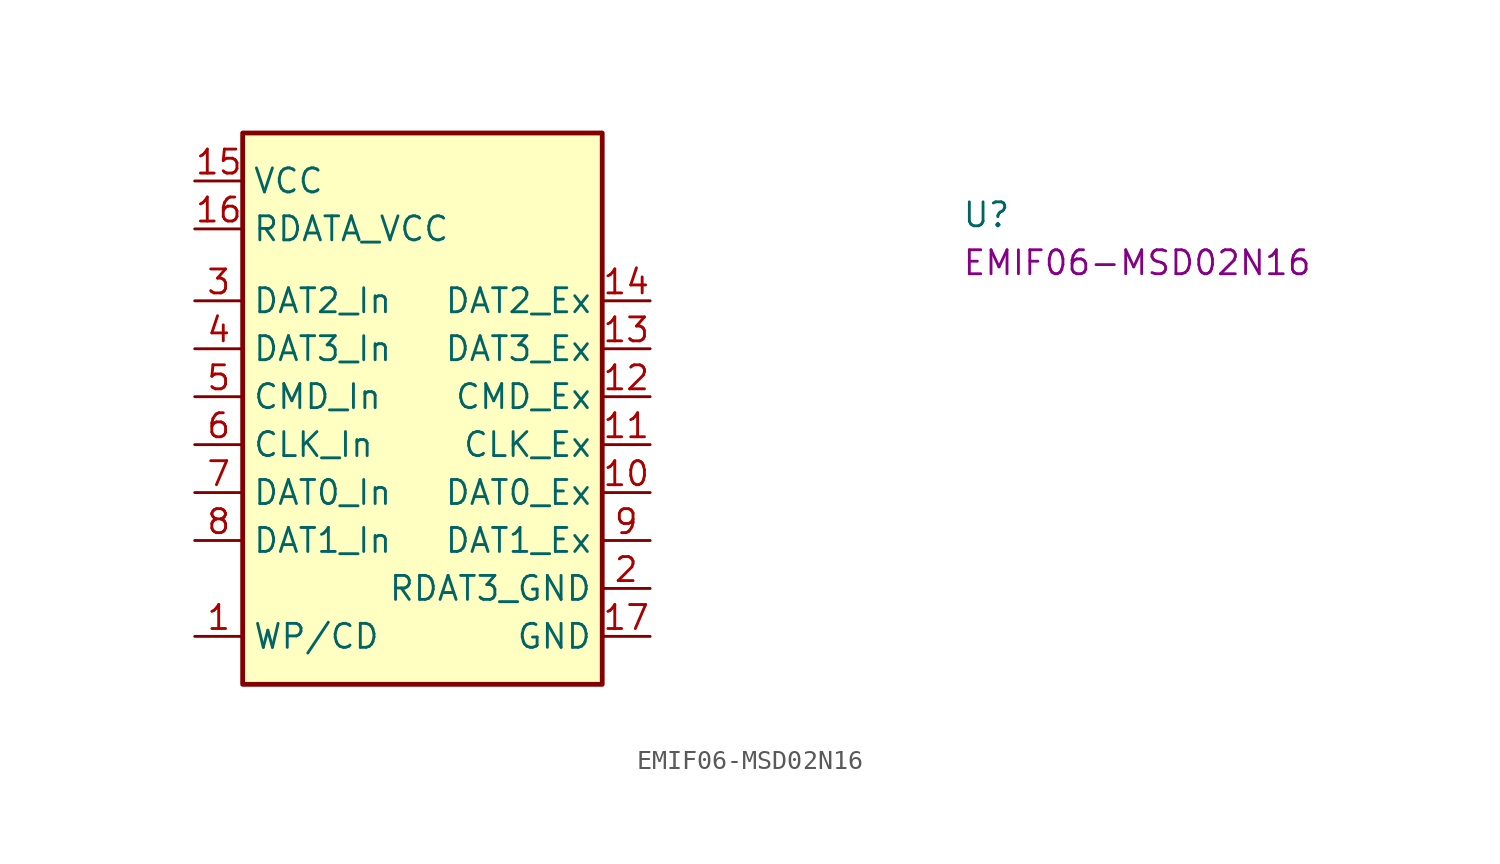
<source format=kicad_sym>
(kicad_symbol_lib
  (version 20220914)
  (generator kicad_symbol_editor)
  (symbol "EMIF06-MSD02N16"
    (property "Reference" "U"
      (at 40.64 -2.54 0)
      (effects (font (size 1.27 1.27) (thickness 0.15)) (justify left bottom)))
    (property "MPN" "EMIF06-MSD02N16"
      (at 40.64 -5.08 0)
      (effects (font (size 1.27 1.27) (thickness 0.15)) (justify left bottom)))
    (symbol "EMIF06-MSD02N16_1_1"
      (rectangle (start 2.54 2.54) (end 21.59 -26.67) (stroke (width 0.254) (type default)) (fill (type background)))
      (pin input line (at 0 -24.13 0) (length 2.54) (name "WP/CD" (effects (font (size 1.27 1.27)))) (number "1" (effects (font (size 1.27 1.27)))))
      (pin bidirectional line (at 24.13 -16.51 180) (length 2.54) (name "DAT0_Ex" (effects (font (size 1.27 1.27)))) (number "10" (effects (font (size 1.27 1.27)))))
      (pin output line (at 24.13 -13.97 180) (length 2.54) (name "CLK_Ex" (effects (font (size 1.27 1.27)))) (number "11" (effects (font (size 1.27 1.27)))))
      (pin output line (at 24.13 -11.43 180) (length 2.54) (name "CMD_Ex" (effects (font (size 1.27 1.27)))) (number "12" (effects (font (size 1.27 1.27)))))
      (pin bidirectional line (at 24.13 -8.89 180) (length 2.54) (name "DAT3_Ex" (effects (font (size 1.27 1.27)))) (number "13" (effects (font (size 1.27 1.27)))))
      (pin bidirectional line (at 24.13 -6.35 180) (length 2.54) (name "DAT2_Ex" (effects (font (size 1.27 1.27)))) (number "14" (effects (font (size 1.27 1.27)))))
      (pin power_in line (at 0 0 0) (length 2.54) (name "VCC" (effects (font (size 1.27 1.27)))) (number "15" (effects (font (size 1.27 1.27)))))
      (pin passive line (at 0 -2.54 0) (length 2.54) (name "RDATA_VCC" (effects (font (size 1.27 1.27)))) (number "16" (effects (font (size 1.27 1.27)))))
      (pin power_in line (at 24.13 -24.13 180) (length 2.54) (name "GND" (effects (font (size 1.27 1.27)))) (number "17" (effects (font (size 1.27 1.27)))))
      (pin passive line (at 24.13 -21.59 180) (length 2.54) (name "RDAT3_GND" (effects (font (size 1.27 1.27)))) (number "2" (effects (font (size 1.27 1.27)))))
      (pin bidirectional line (at 0 -6.35 0) (length 2.54) (name "DAT2_In" (effects (font (size 1.27 1.27)))) (number "3" (effects (font (size 1.27 1.27)))))
      (pin bidirectional line (at 0 -8.89 0) (length 2.54) (name "DAT3_In" (effects (font (size 1.27 1.27)))) (number "4" (effects (font (size 1.27 1.27)))))
      (pin input line (at 0 -11.43 0) (length 2.54) (name "CMD_In" (effects (font (size 1.27 1.27)))) (number "5" (effects (font (size 1.27 1.27)))))
      (pin input line (at 0 -13.97 0) (length 2.54) (name "CLK_In" (effects (font (size 1.27 1.27)))) (number "6" (effects (font (size 1.27 1.27)))))
      (pin bidirectional line (at 0 -16.51 0) (length 2.54) (name "DAT0_In" (effects (font (size 1.27 1.27)))) (number "7" (effects (font (size 1.27 1.27)))))
      (pin input line (at 0 -19.05 0) (length 2.54) (name "DAT1_In" (effects (font (size 1.27 1.27)))) (number "8" (effects (font (size 1.27 1.27)))))
      (pin bidirectional line (at 24.13 -19.05 180) (length 2.54) (name "DAT1_Ex" (effects (font (size 1.27 1.27)))) (number "9" (effects (font (size 1.27 1.27))))))))
</source>
